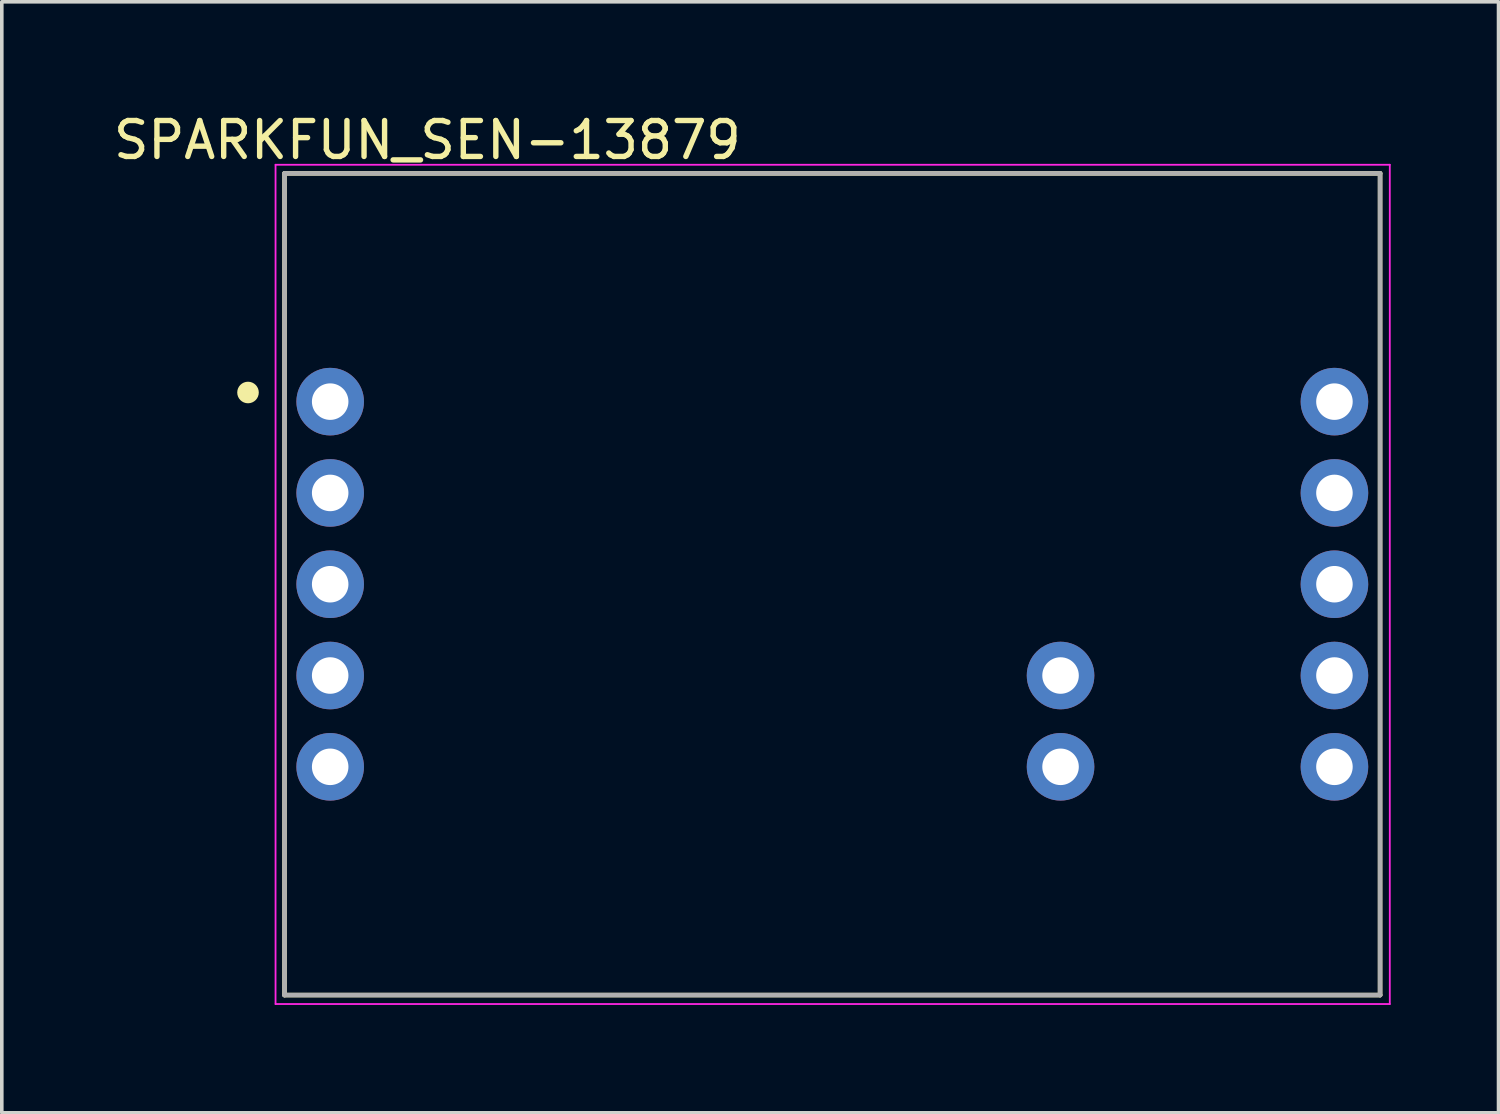
<source format=kicad_pcb>
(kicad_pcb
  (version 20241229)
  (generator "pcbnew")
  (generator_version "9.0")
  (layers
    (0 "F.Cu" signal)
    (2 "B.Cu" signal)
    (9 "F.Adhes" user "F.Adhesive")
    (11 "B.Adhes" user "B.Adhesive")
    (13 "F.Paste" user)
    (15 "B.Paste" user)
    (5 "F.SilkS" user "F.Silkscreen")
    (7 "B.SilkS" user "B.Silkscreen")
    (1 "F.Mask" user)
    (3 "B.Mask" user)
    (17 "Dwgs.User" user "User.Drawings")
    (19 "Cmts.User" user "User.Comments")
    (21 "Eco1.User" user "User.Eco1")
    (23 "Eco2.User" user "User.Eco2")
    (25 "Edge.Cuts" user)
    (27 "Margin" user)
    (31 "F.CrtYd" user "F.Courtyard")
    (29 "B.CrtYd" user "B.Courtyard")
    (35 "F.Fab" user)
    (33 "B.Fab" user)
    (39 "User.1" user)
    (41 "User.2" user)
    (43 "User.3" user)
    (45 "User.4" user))
  (footprint "SPARKFUN_SEN-13879"
    (layer "F.Cu")
    (at 20.106 13.204)
    (property "Reference" "SPARKFUN_SEN-13879" (at -11.266 -12.356 0) (layer "F.SilkS") (effects (font (size 1 1) (thickness 0.15))))
    (attr through_hole)
    (fp_line (start -15.24 -11.43) (end 15.24 -11.43) (stroke (width 0.127) (type solid)) (layer "F.SilkS"))
    (fp_line (start -15.24 11.43) (end -15.24 -11.43) (stroke (width 0.127) (type solid)) (layer "F.SilkS"))
    (fp_line (start 15.24 -11.43) (end 15.24 11.43) (stroke (width 0.127) (type solid)) (layer "F.SilkS"))
    (fp_line (start 15.24 11.43) (end -15.24 11.43) (stroke (width 0.127) (type solid)) (layer "F.SilkS"))
    (fp_circle (center -16.256 -5.334) (end -16.106 -5.334) (stroke (width 0.3) (type solid)) (fill no) (layer "F.SilkS"))
    (fp_line (start -15.49 -11.67) (end 15.51 -11.67) (stroke (width 0.05) (type solid)) (layer "F.CrtYd"))
    (fp_line (start -15.49 11.68) (end -15.49 -11.67) (stroke (width 0.05) (type solid)) (layer "F.CrtYd"))
    (fp_line (start 15.51 -11.67) (end 15.51 11.68) (stroke (width 0.05) (type solid)) (layer "F.CrtYd"))
    (fp_line (start 15.51 11.68) (end -15.49 11.68) (stroke (width 0.05) (type solid)) (layer "F.CrtYd"))
    (fp_line (start -15.24 -11.43) (end 15.24 -11.43) (stroke (width 0.127) (type solid)) (layer "F.Fab"))
    (fp_line (start -15.24 11.43) (end -15.24 -11.43) (stroke (width 0.127) (type solid)) (layer "F.Fab"))
    (fp_line (start 15.24 -11.43) (end 15.24 11.43) (stroke (width 0.127) (type solid)) (layer "F.Fab"))
    (fp_line (start 15.24 11.43) (end -15.24 11.43) (stroke (width 0.127) (type solid)) (layer "F.Fab"))
    (pad "1" thru_hole circle (at -13.97 -5.08) (size 1.88 1.88) (drill 1.016) (layers "*.Cu" "*.Mask"))
    (pad "2" thru_hole circle (at -13.97 -2.54) (size 1.88 1.88) (drill 1.016) (layers "*.Cu" "*.Mask"))
    (pad "3" thru_hole circle (at -13.97 0) (size 1.88 1.88) (drill 1.016) (layers "*.Cu" "*.Mask"))
    (pad "4" thru_hole circle (at -13.97 2.54) (size 1.88 1.88) (drill 1.016) (layers "*.Cu" "*.Mask"))
    (pad "5" thru_hole circle (at -13.97 5.08) (size 1.88 1.88) (drill 1.016) (layers "*.Cu" "*.Mask"))
    (pad "6" thru_hole circle (at 13.97 5.08) (size 1.88 1.88) (drill 1.016) (layers "*.Cu" "*.Mask"))
    (pad "7" thru_hole circle (at 13.97 2.54) (size 1.88 1.88) (drill 1.016) (layers "*.Cu" "*.Mask"))
    (pad "8" thru_hole circle (at 13.97 0) (size 1.88 1.88) (drill 1.016) (layers "*.Cu" "*.Mask"))
    (pad "9" thru_hole circle (at 13.97 -2.54) (size 1.88 1.88) (drill 1.016) (layers "*.Cu" "*.Mask"))
    (pad "10" thru_hole circle (at 13.97 -5.08) (size 1.88 1.88) (drill 1.016) (layers "*.Cu" "*.Mask"))
    (pad "11" thru_hole circle (at 6.35 2.54) (size 1.88 1.88) (drill 1.016) (layers "*.Cu" "*.Mask"))
    (pad "12" thru_hole circle (at 6.35 5.08) (size 1.88 1.88) (drill 1.016) (layers "*.Cu" "*.Mask")))
  (gr_rect
    (start -3 -3)
    (end 38.641 27.909)
    (stroke (width 0.1) (type default))
    (fill no)
    (layer "Edge.Cuts")))
</source>
